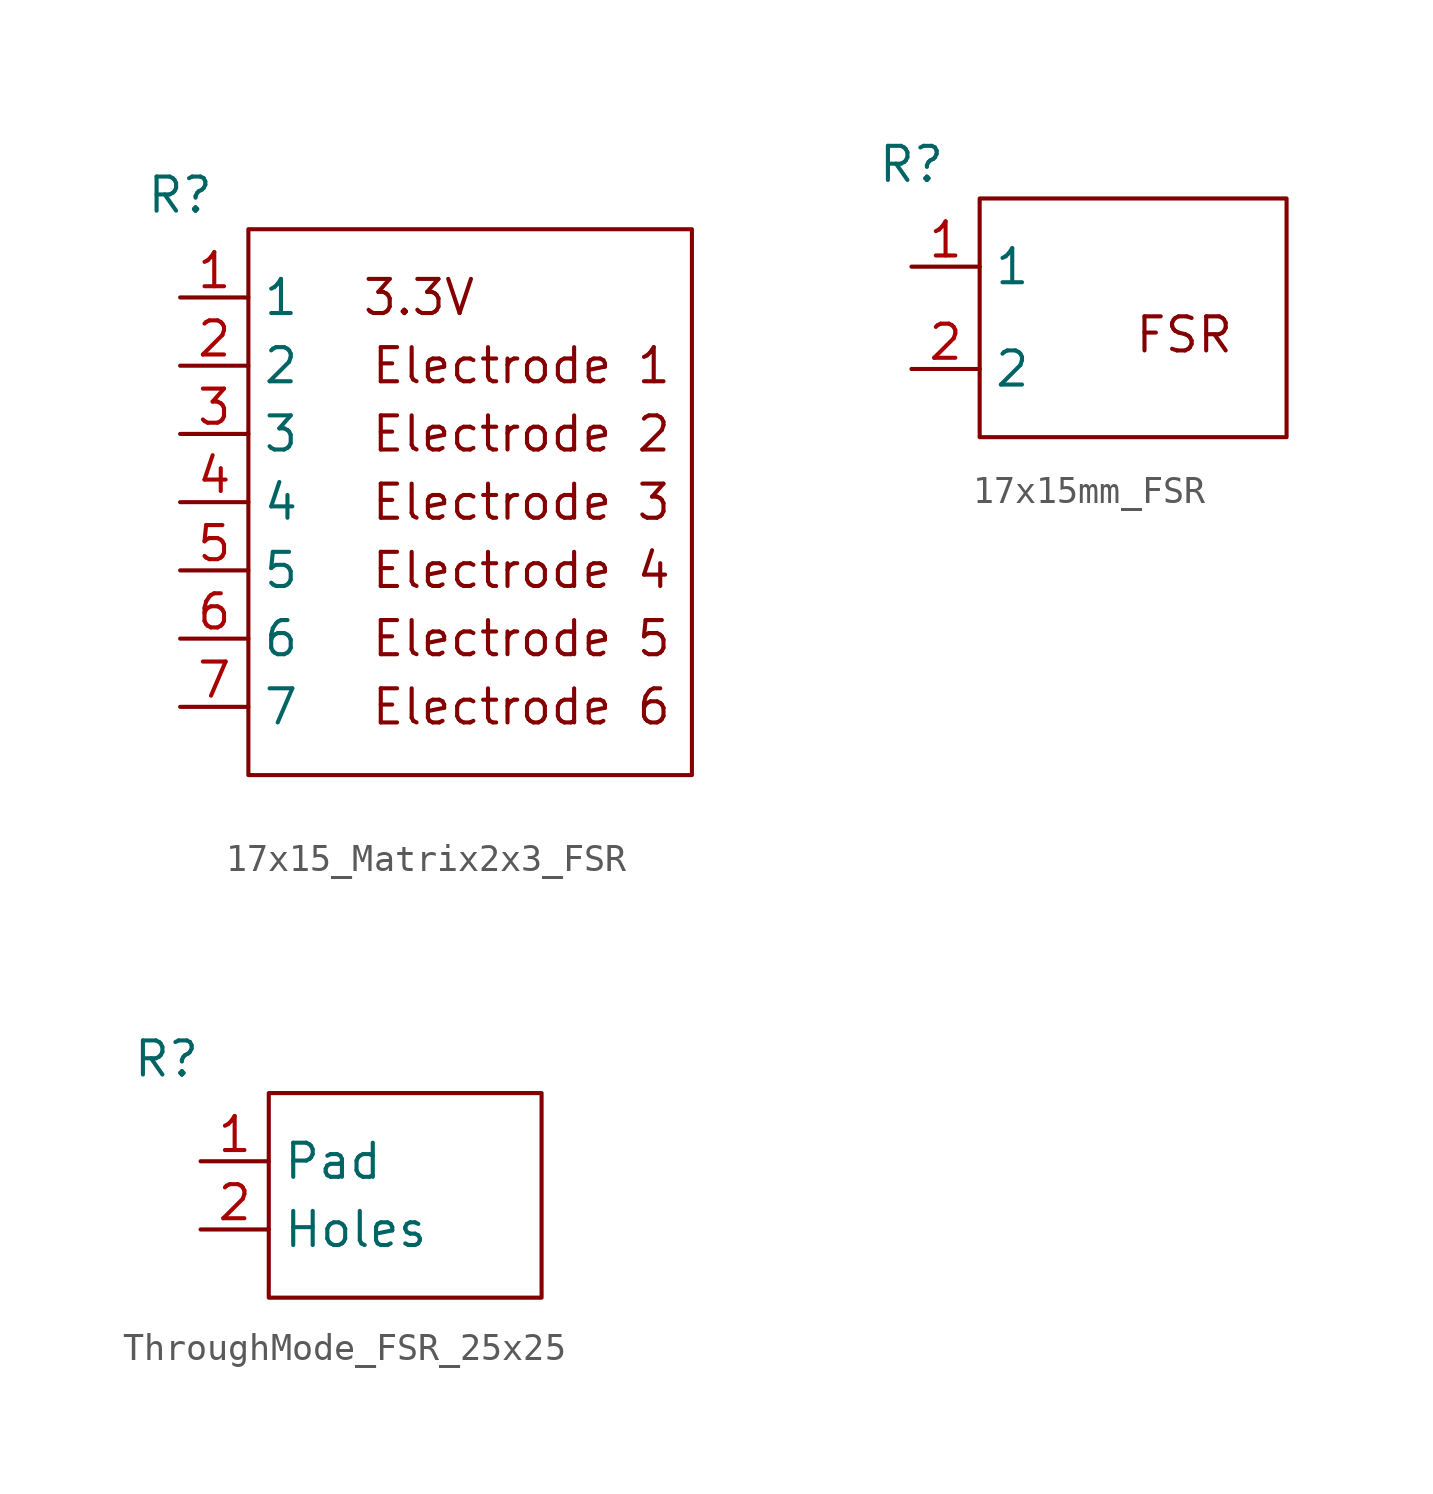
<source format=kicad_sym>
(kicad_symbol_lib
  (version 20220914)
  (generator kicad_symbol_editor)
  (symbol "17x15_Matrix2x3_FSR"
    (property "Reference" "R"
      (at 0 0 0)
      (effects (font (size 1.27 1.27))))
    (property "Value" ""
      (at 0 0 0)
      (effects (font (size 1.27 1.27))))
    (symbol "17x15_Matrix2x3_FSR_0_1"
      (rectangle (start 2.54 -1.27) (end 19.05 -21.59) (stroke (width 0) (type default)) (fill (type none))))
    (symbol "17x15_Matrix2x3_FSR_1_1"
      (text "3.3V" (at 8.89 -3.81 0) (effects (font (size 1.27 1.27))))
      (text "Electrode 1" (at 12.7 -6.35 0) (effects (font (size 1.27 1.27))))
      (text "Electrode 2" (at 12.7 -8.89 0) (effects (font (size 1.27 1.27))))
      (text "Electrode 3" (at 12.7 -11.43 0) (effects (font (size 1.27 1.27))))
      (text "Electrode 4" (at 12.7 -13.97 0) (effects (font (size 1.27 1.27))))
      (text "Electrode 5" (at 12.7 -16.51 0) (effects (font (size 1.27 1.27))))
      (text "Electrode 6" (at 12.7 -19.05 0) (effects (font (size 1.27 1.27))))
      (pin bidirectional line (at 0 -3.81 0) (length 2.54) (name "1" (effects (font (size 1.27 1.27)))) (number "1" (effects (font (size 1.27 1.27)))))
      (pin bidirectional line (at 0 -6.35 0) (length 2.54) (name "2" (effects (font (size 1.27 1.27)))) (number "2" (effects (font (size 1.27 1.27)))))
      (pin bidirectional line (at 0 -8.89 0) (length 2.54) (name "3" (effects (font (size 1.27 1.27)))) (number "3" (effects (font (size 1.27 1.27)))))
      (pin bidirectional line (at 0 -11.43 0) (length 2.54) (name "4" (effects (font (size 1.27 1.27)))) (number "4" (effects (font (size 1.27 1.27)))))
      (pin bidirectional line (at 0 -13.97 0) (length 2.54) (name "5" (effects (font (size 1.27 1.27)))) (number "5" (effects (font (size 1.27 1.27)))))
      (pin bidirectional line (at 0 -16.51 0) (length 2.54) (name "6" (effects (font (size 1.27 1.27)))) (number "6" (effects (font (size 1.27 1.27)))))
      (pin bidirectional line (at 0 -19.05 0) (length 2.54) (name "7" (effects (font (size 1.27 1.27)))) (number "7" (effects (font (size 1.27 1.27)))))))
  (symbol "17x15mm_FSR"
    (property "Reference" "R"
      (at 0 3.81 0)
      (effects (font (size 1.27 1.27))))
    (property "Value" ""
      (at 0 0 0)
      (effects (font (size 1.27 1.27))))
    (symbol "17x15mm_FSR_0_1"
      (rectangle (start 2.54 2.54) (end 13.97 -6.35) (stroke (width 0) (type default)) (fill (type none))))
    (symbol "17x15mm_FSR_1_1"
      (text "FSR" (at 10.16 -2.54 0) (effects (font (size 1.27 1.27))))
      (pin bidirectional line (at 0 0 0) (length 2.54) (name "1" (effects (font (size 1.27 1.27)))) (number "1" (effects (font (size 1.27 1.27)))))
      (pin bidirectional line (at 0 -3.81 0) (length 2.54) (name "2" (effects (font (size 1.27 1.27)))) (number "2" (effects (font (size 1.27 1.27)))))))
  (symbol "ThroughMode_FSR_25x25"
    (property "Reference" "R"
      (at -1.27 1.27 0)
      (effects (font (size 1.27 1.27))))
    (property "Value" ""
      (at 0 0 0)
      (effects (font (size 1.27 1.27))))
    (symbol "ThroughMode_FSR_25x25_0_1"
      (rectangle (start 2.54 0) (end 12.7 -7.62) (stroke (width 0) (type default)) (fill (type none))))
    (symbol "ThroughMode_FSR_25x25_1_1"
      (pin bidirectional line (at 0 -2.54 0) (length 2.54) (name "Pad" (effects (font (size 1.27 1.27)))) (number "1" (effects (font (size 1.27 1.27)))))
      (pin bidirectional line (at 0 -5.08 0) (length 2.54) (name "Holes" (effects (font (size 1.27 1.27)))) (number "2" (effects (font (size 1.27 1.27))))))))
</source>
